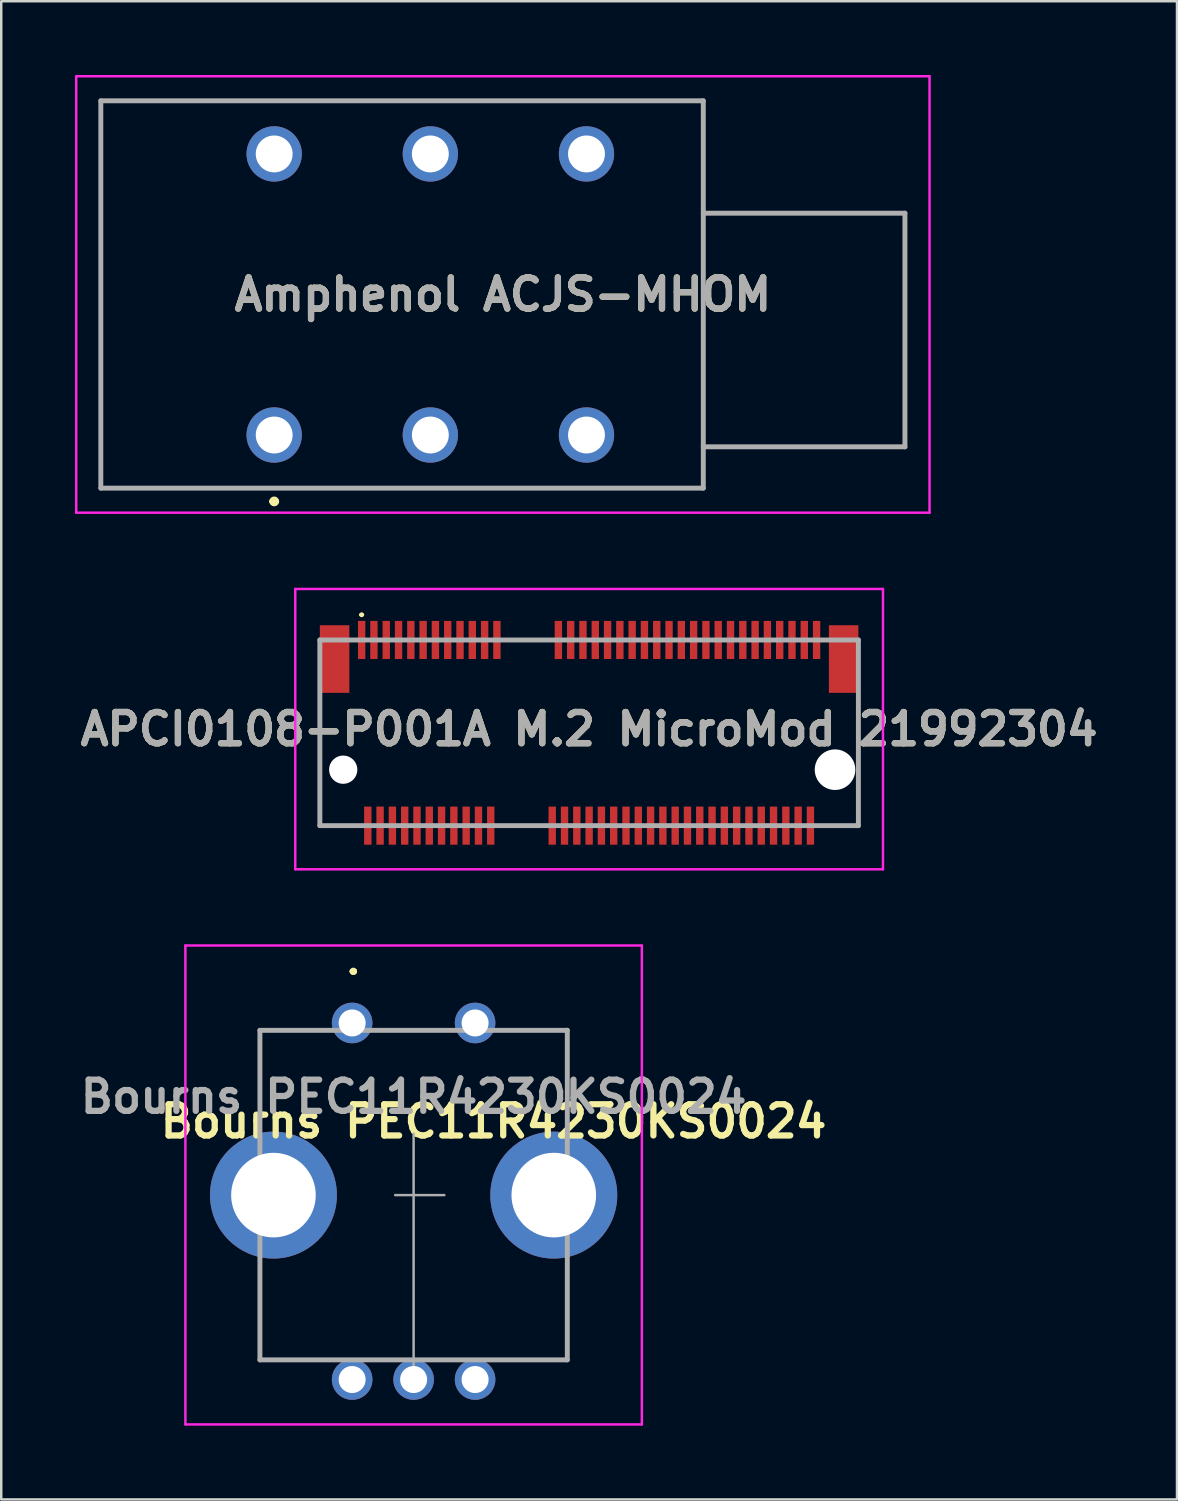
<source format=kicad_pcb>
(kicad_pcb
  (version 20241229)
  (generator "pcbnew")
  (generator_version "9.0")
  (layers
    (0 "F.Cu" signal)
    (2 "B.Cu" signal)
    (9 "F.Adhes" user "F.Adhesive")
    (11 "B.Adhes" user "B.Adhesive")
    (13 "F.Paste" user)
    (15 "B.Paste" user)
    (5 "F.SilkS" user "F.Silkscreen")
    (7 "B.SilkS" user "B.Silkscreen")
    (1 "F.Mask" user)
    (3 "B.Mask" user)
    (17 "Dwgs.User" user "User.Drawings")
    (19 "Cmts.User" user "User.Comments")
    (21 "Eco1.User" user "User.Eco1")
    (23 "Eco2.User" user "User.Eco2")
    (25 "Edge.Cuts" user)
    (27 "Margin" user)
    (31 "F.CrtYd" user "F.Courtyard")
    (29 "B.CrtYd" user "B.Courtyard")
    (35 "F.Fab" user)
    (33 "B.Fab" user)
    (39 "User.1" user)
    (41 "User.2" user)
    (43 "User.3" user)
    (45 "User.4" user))
  (footprint "APCI0108-P001A M.2 MicroMod 21992304"
    (layer "F.Cu")
    (at 20.907 26.6)
    (property "Reference" "APCI0108-P001A M.2 MicroMod 21992304" (at 0 0 0) (layer "F.SilkS") (effects (font (size 1.27 1.27) (thickness 0.254))))
    (attr through_hole)
    (fp_line (start -10.95 -0.85) (end -10.95 3.925) (stroke (width 0.1) (type solid)) (layer "F.SilkS"))
    (fp_line (start -10.95 3.925) (end -9.5 3.925) (stroke (width 0.1) (type solid)) (layer "F.SilkS"))
    (fp_line (start -9.3 -4.649) (end -9.3 -4.649) (stroke (width 0.1) (type solid)) (layer "F.SilkS"))
    (fp_line (start -9.2 -4.649) (end -9.2 -4.649) (stroke (width 0.1) (type solid)) (layer "F.SilkS"))
    (fp_line (start -3.5 3.925) (end -2 3.925) (stroke (width 0.1) (type solid)) (layer "F.SilkS"))
    (fp_line (start -3 -3.625) (end -2 -3.625) (stroke (width 0.1) (type solid)) (layer "F.SilkS"))
    (fp_line (start 10.95 -0.85) (end 10.95 3.925) (stroke (width 0.1) (type solid)) (layer "F.SilkS"))
    (fp_line (start 10.95 3.925) (end 9.5 3.925) (stroke (width 0.1) (type solid)) (layer "F.SilkS"))
    (fp_arc (start -9.3 -4.65) (mid -9.2495 -4.6995) (end -9.2 -4.649) (stroke (width 0.1) (type solid)) (layer "F.SilkS"))
    (fp_arc (start -9.2 -4.65) (mid -9.2495 -4.5995) (end -9.3 -4.649) (stroke (width 0.1) (type solid)) (layer "F.SilkS"))
    (fp_line (start -11.95 -5.7) (end 11.95 -5.7) (stroke (width 0.1) (type solid)) (layer "F.CrtYd"))
    (fp_line (start -11.95 5.7) (end -11.95 -5.7) (stroke (width 0.1) (type solid)) (layer "F.CrtYd"))
    (fp_line (start 11.95 -5.7) (end 11.95 5.7) (stroke (width 0.1) (type solid)) (layer "F.CrtYd"))
    (fp_line (start 11.95 5.7) (end -11.95 5.7) (stroke (width 0.1) (type solid)) (layer "F.CrtYd"))
    (fp_line (start -10.95 -3.625) (end 10.95 -3.625) (stroke (width 0.2) (type solid)) (layer "F.Fab"))
    (fp_line (start -10.95 3.925) (end -10.95 -3.625) (stroke (width 0.2) (type solid)) (layer "F.Fab"))
    (fp_line (start 10.95 -3.625) (end 10.95 3.925) (stroke (width 0.2) (type solid)) (layer "F.Fab"))
    (fp_line (start 10.95 3.925) (end -10.95 3.925) (stroke (width 0.2) (type solid)) (layer "F.Fab"))
    (fp_text user "${REFERENCE}" (at 0 0 0) (layer "F.Fab") (effects (font (size 1.27 1.27) (thickness 0.254))))
    (pad "" np_thru_hole circle (at -10 1.65) (size 1.15 1.15) (drill 1.15) (layers "*.Cu" "*.Mask"))
    (pad "" np_thru_hole circle (at 10 1.65) (size 1.65 1.65) (drill 1.65) (layers "*.Cu" "*.Mask"))
    (pad "1" smd rect (at -9.25 -3.625) (size 0.3 1.55) (layers "F.Cu" "F.Mask" "F.Paste"))
    (pad "2" smd rect (at -9 3.925) (size 0.3 1.55) (layers "F.Cu" "F.Mask" "F.Paste"))
    (pad "3" smd rect (at -8.75 -3.625) (size 0.3 1.55) (layers "F.Cu" "F.Mask" "F.Paste"))
    (pad "4" smd rect (at -8.5 3.925) (size 0.3 1.55) (layers "F.Cu" "F.Mask" "F.Paste"))
    (pad "5" smd rect (at -8.25 -3.625) (size 0.3 1.55) (layers "F.Cu" "F.Mask" "F.Paste"))
    (pad "6" smd rect (at -8 3.925) (size 0.3 1.55) (layers "F.Cu" "F.Mask" "F.Paste"))
    (pad "7" smd rect (at -7.75 -3.625) (size 0.3 1.55) (layers "F.Cu" "F.Mask" "F.Paste"))
    (pad "8" smd rect (at -7.5 3.925) (size 0.3 1.55) (layers "F.Cu" "F.Mask" "F.Paste"))
    (pad "9" smd rect (at -7.25 -3.625) (size 0.3 1.55) (layers "F.Cu" "F.Mask" "F.Paste"))
    (pad "10" smd rect (at -7 3.925) (size 0.3 1.55) (layers "F.Cu" "F.Mask" "F.Paste"))
    (pad "11" smd rect (at -6.75 -3.625) (size 0.3 1.55) (layers "F.Cu" "F.Mask" "F.Paste"))
    (pad "12" smd rect (at -6.5 3.925) (size 0.3 1.55) (layers "F.Cu" "F.Mask" "F.Paste"))
    (pad "13" smd rect (at -6.25 -3.625) (size 0.3 1.55) (layers "F.Cu" "F.Mask" "F.Paste"))
    (pad "14" smd rect (at -6 3.925) (size 0.3 1.55) (layers "F.Cu" "F.Mask" "F.Paste"))
    (pad "15" smd rect (at -5.75 -3.625) (size 0.3 1.55) (layers "F.Cu" "F.Mask" "F.Paste"))
    (pad "16" smd rect (at -5.5 3.925) (size 0.3 1.55) (layers "F.Cu" "F.Mask" "F.Paste"))
    (pad "17" smd rect (at -5.25 -3.625) (size 0.3 1.55) (layers "F.Cu" "F.Mask" "F.Paste"))
    (pad "18" smd rect (at -5 3.925) (size 0.3 1.55) (layers "F.Cu" "F.Mask" "F.Paste"))
    (pad "19" smd rect (at -4.75 -3.625) (size 0.3 1.55) (layers "F.Cu" "F.Mask" "F.Paste"))
    (pad "20" smd rect (at -4.5 3.925) (size 0.3 1.55) (layers "F.Cu" "F.Mask" "F.Paste"))
    (pad "21" smd rect (at -4.25 -3.625) (size 0.3 1.55) (layers "F.Cu" "F.Mask" "F.Paste"))
    (pad "22" smd rect (at -4 3.925) (size 0.3 1.55) (layers "F.Cu" "F.Mask" "F.Paste"))
    (pad "23" smd rect (at -3.75 -3.625) (size 0.3 1.55) (layers "F.Cu" "F.Mask" "F.Paste"))
    (pad "32" smd rect (at -1.5 3.925) (size 0.3 1.55) (layers "F.Cu" "F.Mask" "F.Paste"))
    (pad "33" smd rect (at -1.25 -3.625) (size 0.3 1.55) (layers "F.Cu" "F.Mask" "F.Paste"))
    (pad "34" smd rect (at -1 3.925) (size 0.3 1.55) (layers "F.Cu" "F.Mask" "F.Paste"))
    (pad "35" smd rect (at -0.75 -3.625) (size 0.3 1.55) (layers "F.Cu" "F.Mask" "F.Paste"))
    (pad "36" smd rect (at -0.5 3.925) (size 0.3 1.55) (layers "F.Cu" "F.Mask" "F.Paste"))
    (pad "37" smd rect (at -0.25 -3.625) (size 0.3 1.55) (layers "F.Cu" "F.Mask" "F.Paste"))
    (pad "38" smd rect (at 0 3.925) (size 0.3 1.55) (layers "F.Cu" "F.Mask" "F.Paste"))
    (pad "39" smd rect (at 0.25 -3.625) (size 0.3 1.55) (layers "F.Cu" "F.Mask" "F.Paste"))
    (pad "40" smd rect (at 0.5 3.925) (size 0.3 1.55) (layers "F.Cu" "F.Mask" "F.Paste"))
    (pad "41" smd rect (at 0.75 -3.625) (size 0.3 1.55) (layers "F.Cu" "F.Mask" "F.Paste"))
    (pad "42" smd rect (at 1 3.925) (size 0.3 1.55) (layers "F.Cu" "F.Mask" "F.Paste"))
    (pad "43" smd rect (at 1.25 -3.625) (size 0.3 1.55) (layers "F.Cu" "F.Mask" "F.Paste"))
    (pad "44" smd rect (at 1.5 3.925) (size 0.3 1.55) (layers "F.Cu" "F.Mask" "F.Paste"))
    (pad "45" smd rect (at 1.75 -3.625) (size 0.3 1.55) (layers "F.Cu" "F.Mask" "F.Paste"))
    (pad "46" smd rect (at 2 3.925) (size 0.3 1.55) (layers "F.Cu" "F.Mask" "F.Paste"))
    (pad "47" smd rect (at 2.25 -3.625) (size 0.3 1.55) (layers "F.Cu" "F.Mask" "F.Paste"))
    (pad "48" smd rect (at 2.5 3.925) (size 0.3 1.55) (layers "F.Cu" "F.Mask" "F.Paste"))
    (pad "49" smd rect (at 2.75 -3.625) (size 0.3 1.55) (layers "F.Cu" "F.Mask" "F.Paste"))
    (pad "50" smd rect (at 3 3.925) (size 0.3 1.55) (layers "F.Cu" "F.Mask" "F.Paste"))
    (pad "51" smd rect (at 3.25 -3.625) (size 0.3 1.55) (layers "F.Cu" "F.Mask" "F.Paste"))
    (pad "52" smd rect (at 3.5 3.925) (size 0.3 1.55) (layers "F.Cu" "F.Mask" "F.Paste"))
    (pad "53" smd rect (at 3.75 -3.625) (size 0.3 1.55) (layers "F.Cu" "F.Mask" "F.Paste"))
    (pad "54" smd rect (at 4 3.925) (size 0.3 1.55) (layers "F.Cu" "F.Mask" "F.Paste"))
    (pad "55" smd rect (at 4.25 -3.625) (size 0.3 1.55) (layers "F.Cu" "F.Mask" "F.Paste"))
    (pad "56" smd rect (at 4.5 3.925) (size 0.3 1.55) (layers "F.Cu" "F.Mask" "F.Paste"))
    (pad "57" smd rect (at 4.75 -3.625) (size 0.3 1.55) (layers "F.Cu" "F.Mask" "F.Paste"))
    (pad "58" smd rect (at 5 3.925) (size 0.3 1.55) (layers "F.Cu" "F.Mask" "F.Paste"))
    (pad "59" smd rect (at 5.25 -3.625) (size 0.3 1.55) (layers "F.Cu" "F.Mask" "F.Paste"))
    (pad "60" smd rect (at 5.5 3.925) (size 0.3 1.55) (layers "F.Cu" "F.Mask" "F.Paste"))
    (pad "61" smd rect (at 5.75 -3.625) (size 0.3 1.55) (layers "F.Cu" "F.Mask" "F.Paste"))
    (pad "62" smd rect (at 6 3.925) (size 0.3 1.55) (layers "F.Cu" "F.Mask" "F.Paste"))
    (pad "63" smd rect (at 6.25 -3.625) (size 0.3 1.55) (layers "F.Cu" "F.Mask" "F.Paste"))
    (pad "64" smd rect (at 6.5 3.925) (size 0.3 1.55) (layers "F.Cu" "F.Mask" "F.Paste"))
    (pad "65" smd rect (at 6.75 -3.625) (size 0.3 1.55) (layers "F.Cu" "F.Mask" "F.Paste"))
    (pad "66" smd rect (at 7 3.925) (size 0.3 1.55) (layers "F.Cu" "F.Mask" "F.Paste"))
    (pad "67" smd rect (at 7.25 -3.625) (size 0.3 1.55) (layers "F.Cu" "F.Mask" "F.Paste"))
    (pad "68" smd rect (at 7.5 3.925) (size 0.3 1.55) (layers "F.Cu" "F.Mask" "F.Paste"))
    (pad "69" smd rect (at 7.75 -3.625) (size 0.3 1.55) (layers "F.Cu" "F.Mask" "F.Paste"))
    (pad "70" smd rect (at 8 3.925) (size 0.3 1.55) (layers "F.Cu" "F.Mask" "F.Paste"))
    (pad "71" smd rect (at 8.25 -3.625) (size 0.3 1.55) (layers "F.Cu" "F.Mask" "F.Paste"))
    (pad "72" smd rect (at 8.5 3.925) (size 0.3 1.55) (layers "F.Cu" "F.Mask" "F.Paste"))
    (pad "73" smd rect (at 8.75 -3.625) (size 0.3 1.55) (layers "F.Cu" "F.Mask" "F.Paste"))
    (pad "74" smd rect (at 9 3.925) (size 0.3 1.55) (layers "F.Cu" "F.Mask" "F.Paste"))
    (pad "75" smd rect (at 9.25 -3.625) (size 0.3 1.55) (layers "F.Cu" "F.Mask" "F.Paste"))
    (pad "MP1" smd rect (at -10.35 -2.85) (size 1.2 2.75) (layers "F.Cu" "F.Mask" "F.Paste"))
    (pad "MP2" smd rect (at 10.35 -2.85) (size 1.2 2.75) (layers "F.Cu" "F.Mask" "F.Paste")))
  (footprint "Amphenol ACJS-MHOM"
    (layer "F.Cu")
    (at 8.1 14.64)
    (property "Reference" "Amphenol ACJS-MHOM" (at 9.3 -5.715 0) (layer "F.SilkS") (effects (font (size 1.27 1.27) (thickness 0.254))))
    (attr through_hole exclude_from_pos_files exclude_from_bom)
    (fp_line (start -7.05 -13.59) (end 17.45 -13.59) (stroke (width 0.1) (type solid)) (layer "F.SilkS"))
    (fp_line (start -7.05 2.16) (end -7.05 -13.59) (stroke (width 0.1) (type solid)) (layer "F.SilkS"))
    (fp_line (start -0.1 2.7) (end -0.1 2.7) (stroke (width 0.2) (type solid)) (layer "F.SilkS"))
    (fp_line (start 0.1 2.7) (end 0.1 2.7) (stroke (width 0.2) (type solid)) (layer "F.SilkS"))
    (fp_line (start 17.45 -13.59) (end 17.45 2.16) (stroke (width 0.1) (type solid)) (layer "F.SilkS"))
    (fp_line (start 17.45 2.16) (end -7.05 2.16) (stroke (width 0.1) (type solid)) (layer "F.SilkS"))
    (fp_arc (start -0.1 2.7) (mid 0 2.6) (end 0.1 2.7) (stroke (width 0.2) (type solid)) (layer "F.SilkS"))
    (fp_arc (start 0.1 2.7) (mid 0 2.8) (end -0.1 2.7) (stroke (width 0.2) (type solid)) (layer "F.SilkS"))
    (fp_line (start -8.05 -14.59) (end 26.65 -14.59) (stroke (width 0.1) (type solid)) (layer "F.CrtYd"))
    (fp_line (start -8.05 3.16) (end -8.05 -14.59) (stroke (width 0.1) (type solid)) (layer "F.CrtYd"))
    (fp_line (start 26.65 -14.59) (end 26.65 3.16) (stroke (width 0.1) (type solid)) (layer "F.CrtYd"))
    (fp_line (start 26.65 3.16) (end -8.05 3.16) (stroke (width 0.1) (type solid)) (layer "F.CrtYd"))
    (fp_line (start -7.05 -13.59) (end 17.45 -13.59) (stroke (width 0.2) (type solid)) (layer "F.Fab"))
    (fp_line (start -7.05 2.16) (end -7.05 -13.59) (stroke (width 0.2) (type solid)) (layer "F.Fab"))
    (fp_line (start 17.45 -13.59) (end 17.45 2.16) (stroke (width 0.2) (type solid)) (layer "F.Fab"))
    (fp_line (start 17.45 -9.02) (end 25.65 -9.02) (stroke (width 0.2) (type solid)) (layer "F.Fab"))
    (fp_line (start 17.45 2.16) (end -7.05 2.16) (stroke (width 0.2) (type solid)) (layer "F.Fab"))
    (fp_line (start 25.65 -9.02) (end 25.65 0.48) (stroke (width 0.2) (type solid)) (layer "F.Fab"))
    (fp_line (start 25.65 0.48) (end 17.45 0.48) (stroke (width 0.2) (type solid)) (layer "F.Fab"))
    (fp_text user "${REFERENCE}" (at 9.3 -5.715 0) (layer "F.Fab") (effects (font (size 1.27 1.27) (thickness 0.254))))
    (pad "1" thru_hole circle (at 0 0) (size 2.25 2.25) (drill 1.5) (layers "*.Cu" "*.Mask"))
    (pad "2" thru_hole circle (at 6.35 0) (size 2.25 2.25) (drill 1.5) (layers "*.Cu" "*.Mask"))
    (pad "3" thru_hole circle (at 12.7 0) (size 2.25 2.25) (drill 1.5) (layers "*.Cu" "*.Mask"))
    (pad "4" thru_hole circle (at 12.7 -11.43) (size 2.25 2.25) (drill 1.5) (layers "*.Cu" "*.Mask"))
    (pad "5" thru_hole circle (at 6.35 -11.43) (size 2.25 2.25) (drill 1.5) (layers "*.Cu" "*.Mask"))
    (pad "6" thru_hole circle (at 0 -11.43) (size 2.25 2.25) (drill 1.5) (layers "*.Cu" "*.Mask")))
  (footprint "Bourns PEC11R4230KS0024"
    (layer "F.Cu")
    (at 11.27 45.55)
    (property "Reference" "Bourns PEC11R4230KS0024" (at 5.75 -3 0) (layer "F.SilkS") (effects (font (size 1.27 1.27) (thickness 0.254))))
    (attr through_hole)
    (fp_line (start -3.75 -6.7) (end -3.75 -6.7) (stroke (width 0.1) (type solid)) (layer "F.SilkS"))
    (fp_line (start -3.75 -6.7) (end -3.75 -6.7) (stroke (width 0.1) (type solid)) (layer "F.SilkS"))
    (fp_line (start -3.75 -6.7) (end -3.75 -3.75) (stroke (width 0.1) (type solid)) (layer "F.SilkS"))
    (fp_line (start -3.75 -6.7) (end -2 -6.7) (stroke (width 0.1) (type solid)) (layer "F.SilkS"))
    (fp_line (start -3.75 -3.75) (end -3.75 -6.7) (stroke (width 0.1) (type solid)) (layer "F.SilkS"))
    (fp_line (start -3.75 -3.75) (end -3.75 -3.75) (stroke (width 0.1) (type solid)) (layer "F.SilkS"))
    (fp_line (start -3.75 3.75) (end -3.75 3.75) (stroke (width 0.1) (type solid)) (layer "F.SilkS"))
    (fp_line (start -3.75 3.75) (end -3.75 6.7) (stroke (width 0.1) (type solid)) (layer "F.SilkS"))
    (fp_line (start -3.75 6.7) (end -3.75 3.75) (stroke (width 0.1) (type solid)) (layer "F.SilkS"))
    (fp_line (start -3.75 6.7) (end -3.75 6.7) (stroke (width 0.1) (type solid)) (layer "F.SilkS"))
    (fp_line (start -3.75 6.7) (end -3.75 6.7) (stroke (width 0.1) (type solid)) (layer "F.SilkS"))
    (fp_line (start -3.75 6.7) (end -1.5 6.7) (stroke (width 0.1) (type solid)) (layer "F.SilkS"))
    (fp_line (start -2 -6.7) (end -3.75 -6.7) (stroke (width 0.1) (type solid)) (layer "F.SilkS"))
    (fp_line (start -2 -6.7) (end -2 -6.7) (stroke (width 0.1) (type solid)) (layer "F.SilkS"))
    (fp_line (start -1.5 6.7) (end -3.75 6.7) (stroke (width 0.1) (type solid)) (layer "F.SilkS"))
    (fp_line (start -1.5 6.7) (end -1.5 6.7) (stroke (width 0.1) (type solid)) (layer "F.SilkS"))
    (fp_line (start 0 -9.1) (end 0 -9.1) (stroke (width 0.2) (type solid)) (layer "F.SilkS"))
    (fp_line (start 0 -9.1) (end 0 -9.1) (stroke (width 0.2) (type solid)) (layer "F.SilkS"))
    (fp_line (start 0.1 -9.1) (end 0.1 -9.1) (stroke (width 0.2) (type solid)) (layer "F.SilkS"))
    (fp_line (start 1.5 -6.7) (end 1.5 -6.7) (stroke (width 0.1) (type solid)) (layer "F.SilkS"))
    (fp_line (start 1.5 -6.7) (end 3.5 -6.7) (stroke (width 0.1) (type solid)) (layer "F.SilkS"))
    (fp_line (start 3.5 -6.7) (end 1.5 -6.7) (stroke (width 0.1) (type solid)) (layer "F.SilkS"))
    (fp_line (start 3.5 -6.7) (end 3.5 -6.7) (stroke (width 0.1) (type solid)) (layer "F.SilkS"))
    (fp_line (start 6.5 6.7) (end 6.5 6.7) (stroke (width 0.1) (type solid)) (layer "F.SilkS"))
    (fp_line (start 6.5 6.7) (end 8.75 6.7) (stroke (width 0.1) (type solid)) (layer "F.SilkS"))
    (fp_line (start 6.75 -6.7) (end 6.75 -6.7) (stroke (width 0.1) (type solid)) (layer "F.SilkS"))
    (fp_line (start 6.75 -6.7) (end 8.75 -6.7) (stroke (width 0.1) (type solid)) (layer "F.SilkS"))
    (fp_line (start 8.75 -6.75) (end 8.75 -6.75) (stroke (width 0.1) (type solid)) (layer "F.SilkS"))
    (fp_line (start 8.75 -6.75) (end 8.75 -3.5) (stroke (width 0.1) (type solid)) (layer "F.SilkS"))
    (fp_line (start 8.75 -6.7) (end 6.75 -6.7) (stroke (width 0.1) (type solid)) (layer "F.SilkS"))
    (fp_line (start 8.75 -6.7) (end 8.75 -6.7) (stroke (width 0.1) (type solid)) (layer "F.SilkS"))
    (fp_line (start 8.75 -3.5) (end 8.75 -6.75) (stroke (width 0.1) (type solid)) (layer "F.SilkS"))
    (fp_line (start 8.75 -3.5) (end 8.75 -3.5) (stroke (width 0.1) (type solid)) (layer "F.SilkS"))
    (fp_line (start 8.75 3.75) (end 8.75 3.75) (stroke (width 0.1) (type solid)) (layer "F.SilkS"))
    (fp_line (start 8.75 3.75) (end 8.75 6.7) (stroke (width 0.1) (type solid)) (layer "F.SilkS"))
    (fp_line (start 8.75 6.7) (end 6.5 6.7) (stroke (width 0.1) (type solid)) (layer "F.SilkS"))
    (fp_line (start 8.75 6.7) (end 8.75 3.75) (stroke (width 0.1) (type solid)) (layer "F.SilkS"))
    (fp_line (start 8.75 6.7) (end 8.75 6.7) (stroke (width 0.1) (type solid)) (layer "F.SilkS"))
    (fp_line (start 8.75 6.7) (end 8.75 6.7) (stroke (width 0.1) (type solid)) (layer "F.SilkS"))
    (fp_arc (start 0 -9.1) (mid 0.05 -9.15) (end 0.1 -9.1) (stroke (width 0.2) (type solid)) (layer "F.SilkS"))
    (fp_arc (start 0.1 -9.1) (mid 0.05 -9.05) (end 0 -9.1) (stroke (width 0.2) (type solid)) (layer "F.SilkS"))
    (fp_arc (start 0.1 -9.1) (mid 0.05 -9.05) (end 0 -9.1) (stroke (width 0.2) (type solid)) (layer "F.SilkS"))
    (fp_line (start -6.781 -10.15) (end 11.781 -10.15) (stroke (width 0.1) (type solid)) (layer "F.CrtYd"))
    (fp_line (start -6.781 9.325) (end -6.781 -10.15) (stroke (width 0.1) (type solid)) (layer "F.CrtYd"))
    (fp_line (start 11.781 -10.15) (end 11.781 9.325) (stroke (width 0.1) (type solid)) (layer "F.CrtYd"))
    (fp_line (start 11.781 9.325) (end -6.781 9.325) (stroke (width 0.1) (type solid)) (layer "F.CrtYd"))
    (fp_line (start -3.75 -6.7) (end -3.75 6.7) (stroke (width 0.2) (type solid)) (layer "F.Fab"))
    (fp_line (start -3.75 6.7) (end 8.75 6.7) (stroke (width 0.2) (type solid)) (layer "F.Fab"))
    (fp_line (start 2.5 7.5) (end 2.5 -2.5) (stroke (width 0.1) (type solid)) (layer "F.Fab"))
    (fp_line (start 3.75 0) (end 1.75 0) (stroke (width 0.1) (type solid)) (layer "F.Fab"))
    (fp_line (start 8.75 -6.7) (end -3.75 -6.7) (stroke (width 0.2) (type solid)) (layer "F.Fab"))
    (fp_line (start 8.75 6.7) (end 8.75 -6.7) (stroke (width 0.2) (type solid)) (layer "F.Fab"))
    (fp_text user "${REFERENCE}" (at 2.5 -4 0) (layer "F.Fab") (effects (font (size 1.27 1.27) (thickness 0.254))))
    (pad "1" thru_hole circle (at 0 -7) (size 1.65 1.65) (drill 1.1) (layers "*.Cu" "*.Mask"))
    (pad "2" thru_hole circle (at 5 -7) (size 1.65 1.65) (drill 1.1) (layers "*.Cu" "*.Mask"))
    (pad "A1" thru_hole circle (at 0 7.5) (size 1.65 1.65) (drill 1.1) (layers "*.Cu" "*.Mask"))
    (pad "B1" thru_hole circle (at 5 7.5) (size 1.65 1.65) (drill 1.1) (layers "*.Cu" "*.Mask"))
    (pad "C1" thru_hole circle (at 2.5 7.5) (size 1.65 1.65) (drill 1.1) (layers "*.Cu" "*.Mask"))
    (pad "MH1" thru_hole circle (at -3.2 0) (size 5.161 5.161) (drill 3.441) (layers "*.Cu" "*.Mask"))
    (pad "MH2" thru_hole circle (at 8.2 0) (size 5.161 5.161) (drill 3.441) (layers "*.Cu" "*.Mask")))
  (gr_rect
    (start -3 -3)
    (end 44.813 57.925)
    (stroke (width 0.1) (type default))
    (fill no)
    (layer "Edge.Cuts")))
</source>
